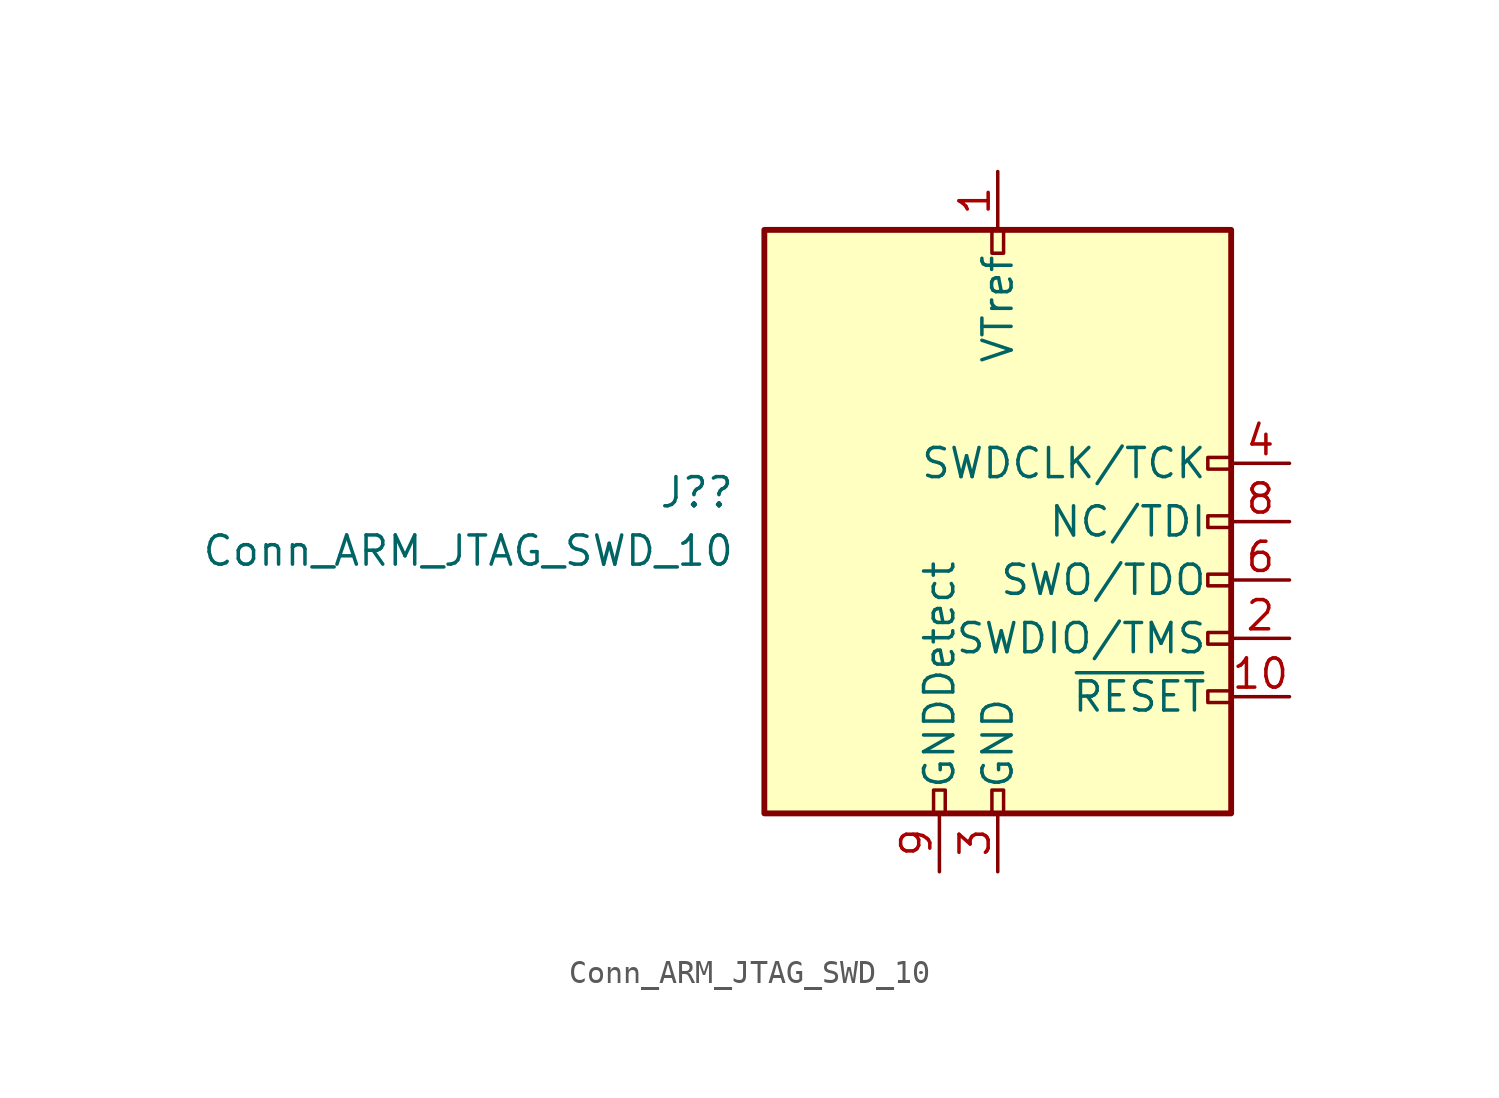
<source format=kicad_sym>
(kicad_symbol_lib
  (version 20211014)
  (generator kicad_symbol_editor)
  (symbol "Conn_ARM_JTAG_SWD_10"
    (pin_names
      (offset 1.016))
    (property "Reference" "J?"
      (at -11.43 1.27 0)
      (effects (font (size 1.27 1.27)) (justify right)))
    (property "Value" "Conn_ARM_JTAG_SWD_10"
      (at -11.43 -1.27 0)
      (effects (font (size 1.27 1.27)) (justify right)))
    (symbol "Conn_ARM_JTAG_SWD_10_0_1"
      (rectangle (start -10.16 12.7) (end 10.16 -12.7) (stroke (width 0.254) (type default) (color 0 0 0 0)) (fill (type background)))
      (rectangle (start -2.794 -12.7) (end -2.286 -11.684) (stroke (width 0) (type default) (color 0 0 0 0)) (fill (type none)))
      (rectangle (start -0.254 -12.7) (end 0.254 -11.684) (stroke (width 0) (type default) (color 0 0 0 0)) (fill (type none)))
      (rectangle (start -0.254 12.7) (end 0.254 11.684) (stroke (width 0) (type default) (color 0 0 0 0)) (fill (type none)))
      (rectangle (start 9.144 2.286) (end 10.16 2.794) (stroke (width 0) (type default) (color 0 0 0 0)) (fill (type none)))
      (rectangle (start 10.16 -7.366) (end 9.144 -7.874) (stroke (width 0) (type default) (color 0 0 0 0)) (fill (type none)))
      (rectangle (start 10.16 -5.334) (end 9.144 -4.826) (stroke (width 0) (type default) (color 0 0 0 0)) (fill (type none)))
      (rectangle (start 10.16 -2.794) (end 9.144 -2.286) (stroke (width 0) (type default) (color 0 0 0 0)) (fill (type none))))
    (symbol "Conn_ARM_JTAG_SWD_10_1_1"
      (rectangle (start 9.144 -0.254) (end 10.16 0.254) (stroke (width 0) (type default) (color 0 0 0 0)) (fill (type none)))
      (pin power_in line (at 0 15.24 270) (length 2.54) (name "VTref" (effects (font (size 1.27 1.27)))) (number "1" (effects (font (size 1.27 1.27)))))
      (pin open_collector line (at 12.7 -7.62 180) (length 2.54) (name "~{RESET}" (effects (font (size 1.27 1.27)))) (number "10" (effects (font (size 1.27 1.27)))))
      (pin bidirectional line (at 12.7 -5.08 180) (length 2.54) (name "SWDIO/TMS" (effects (font (size 1.27 1.27)))) (number "2" (effects (font (size 1.27 1.27)))))
      (pin power_in line (at 0 -15.24 90) (length 2.54) (name "GND" (effects (font (size 1.27 1.27)))) (number "3" (effects (font (size 1.27 1.27)))))
      (pin output line (at 12.7 2.54 180) (length 2.54) (name "SWDCLK/TCK" (effects (font (size 1.27 1.27)))) (number "4" (effects (font (size 1.27 1.27)))))
      (pin passive line (at 0 -15.24 90) (length 2.54) hide (name "GND" (effects (font (size 1.27 1.27)))) (number "5" (effects (font (size 1.27 1.27)))))
      (pin input line (at 12.7 -2.54 180) (length 2.54) (name "SWO/TDO" (effects (font (size 1.27 1.27)))) (number "6" (effects (font (size 1.27 1.27)))))
      (pin no_connect line (at -10.16 0 0) (length 2.54) hide (name "KEY" (effects (font (size 1.27 1.27)))) (number "7" (effects (font (size 1.27 1.27)))))
      (pin output line (at 12.7 0 180) (length 2.54) (name "NC/TDI" (effects (font (size 1.27 1.27)))) (number "8" (effects (font (size 1.27 1.27)))))
      (pin passive line (at -2.54 -15.24 90) (length 2.54) (name "GNDDetect" (effects (font (size 1.27 1.27)))) (number "9" (effects (font (size 1.27 1.27))))))))
</source>
